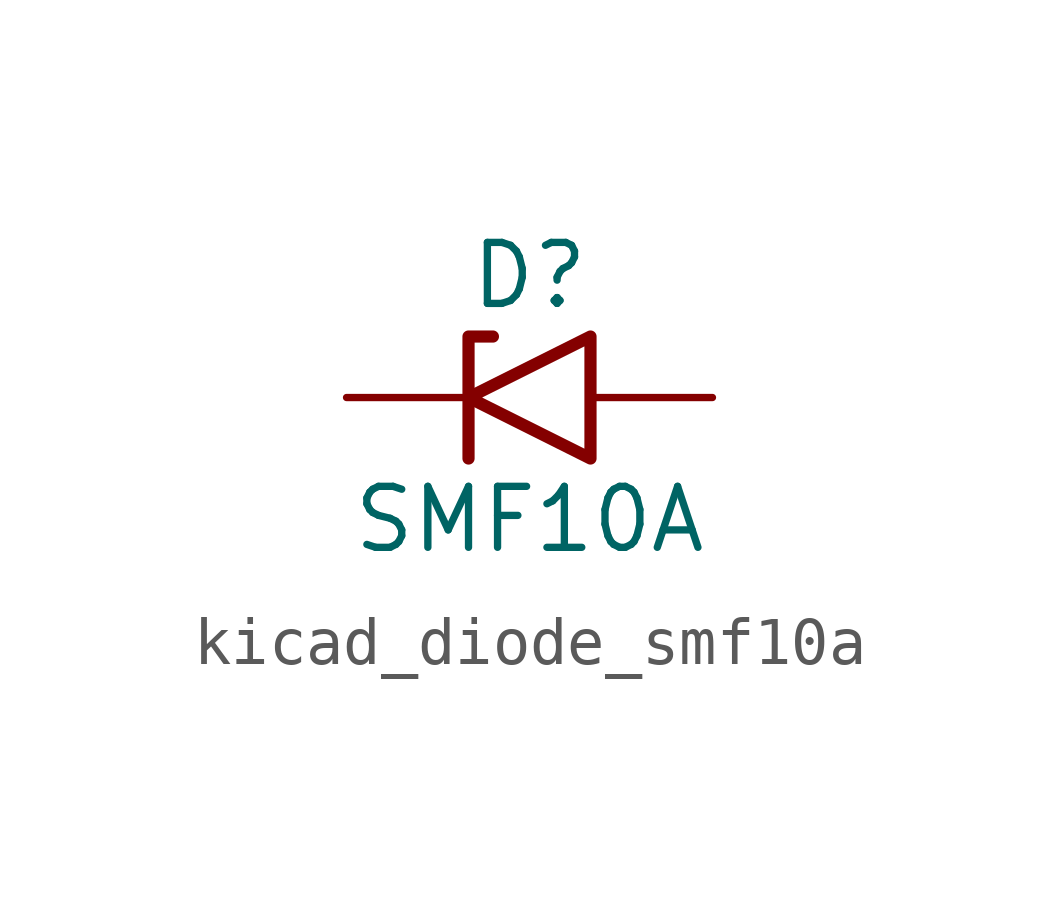
<source format=kicad_sym>
(kicad_symbol_lib
  (version 20220914)
  (generator kicad_symbol_editor)
  (symbol "kicad_diode_smf10a"
    (pin_numbers hide)
    (pin_names
      (offset 1.016) hide)
    (property "Reference" "D"
      (at 0 2.54 0)
      (effects (font (size 1.27 1.27))))
    (property "Value" "SMF10A"
      (at 0 -2.54 0)
      (effects (font (size 1.27 1.27))))
    (symbol "kicad_diode_smf10a_0_1"
      (polyline (pts (xy -0.762 1.27) (xy -1.27 1.27) (xy -1.27 -1.27)) (stroke (width 0.254) (type default)) (fill (type none)))
      (polyline (pts (xy 1.27 1.27) (xy 1.27 -1.27) (xy -1.27 0) (xy 1.27 1.27)) (stroke (width 0.254) (type default)) (fill (type none))))
    (symbol "kicad_diode_smf10a_1_1"
      (pin passive line (at -3.81 0 0) (length 2.54) (name "A1" (effects (font (size 1.27 1.27)))) (number "1" (effects (font (size 1.27 1.27)))))
      (pin passive line (at 3.81 0 180) (length 2.54) (name "A2" (effects (font (size 1.27 1.27)))) (number "2" (effects (font (size 1.27 1.27))))))))
</source>
